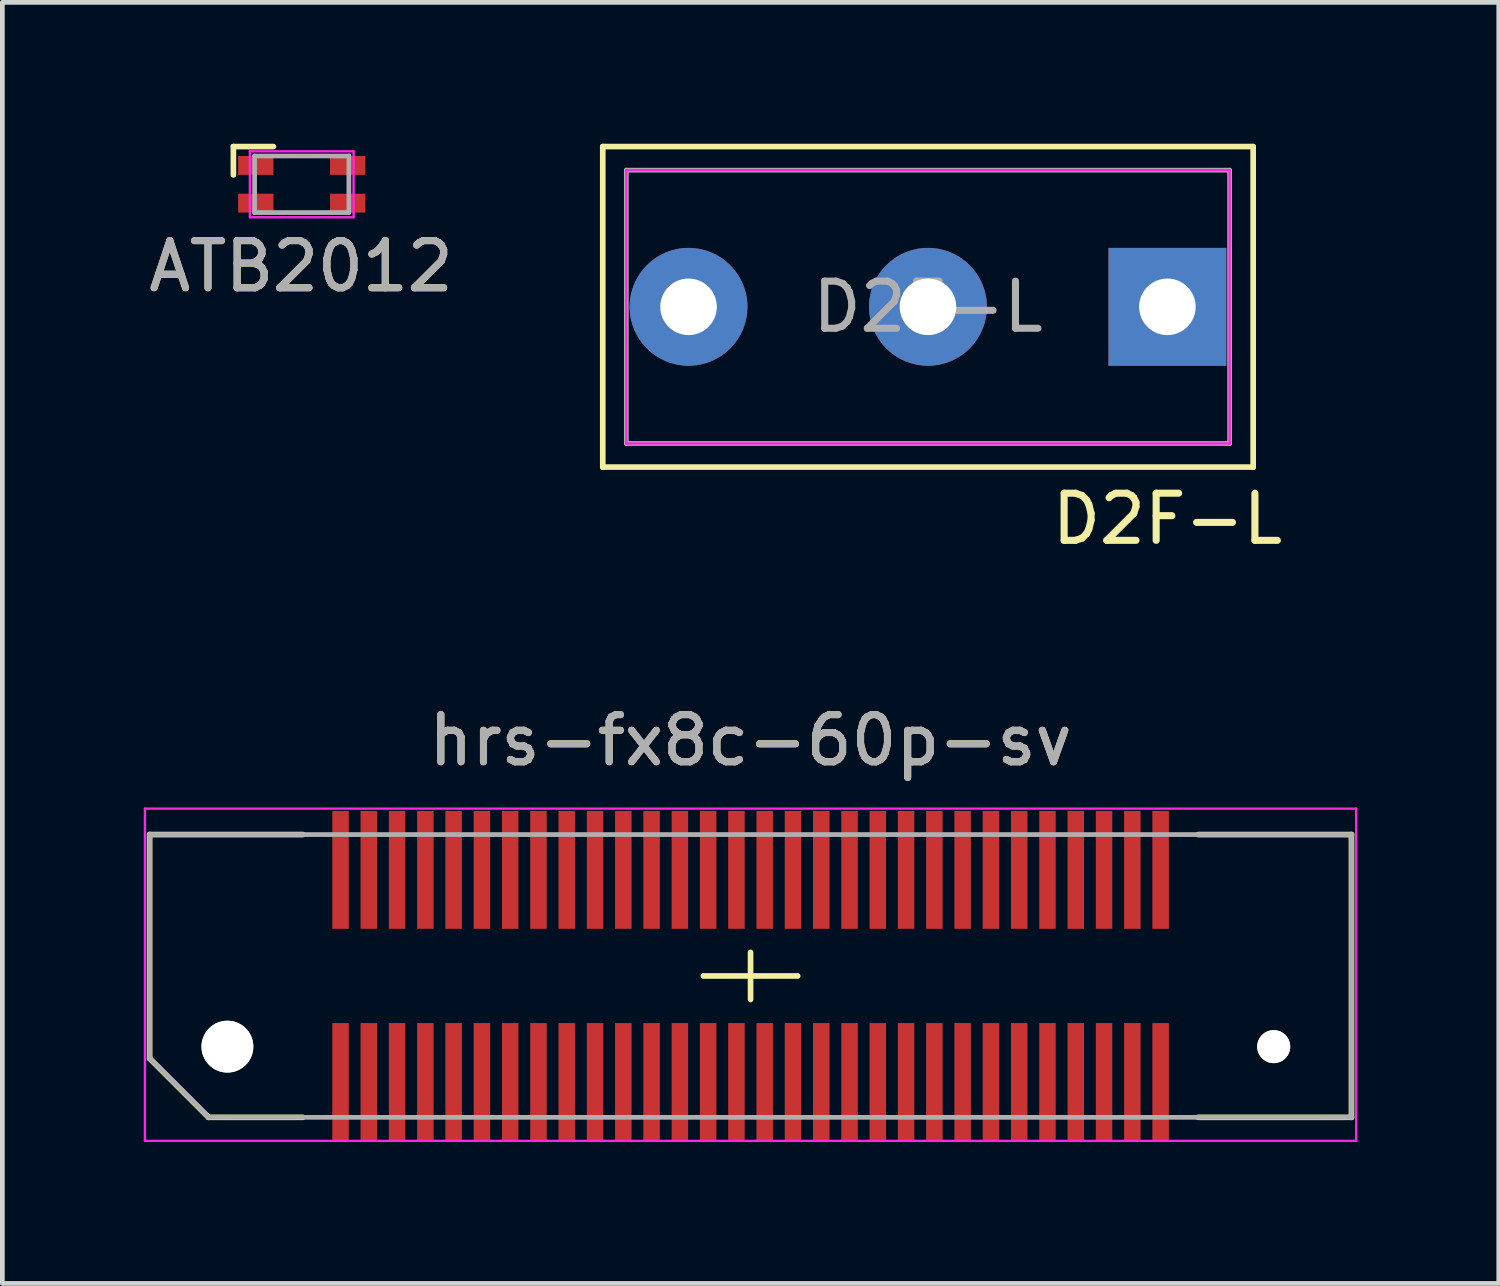
<source format=kicad_pcb>
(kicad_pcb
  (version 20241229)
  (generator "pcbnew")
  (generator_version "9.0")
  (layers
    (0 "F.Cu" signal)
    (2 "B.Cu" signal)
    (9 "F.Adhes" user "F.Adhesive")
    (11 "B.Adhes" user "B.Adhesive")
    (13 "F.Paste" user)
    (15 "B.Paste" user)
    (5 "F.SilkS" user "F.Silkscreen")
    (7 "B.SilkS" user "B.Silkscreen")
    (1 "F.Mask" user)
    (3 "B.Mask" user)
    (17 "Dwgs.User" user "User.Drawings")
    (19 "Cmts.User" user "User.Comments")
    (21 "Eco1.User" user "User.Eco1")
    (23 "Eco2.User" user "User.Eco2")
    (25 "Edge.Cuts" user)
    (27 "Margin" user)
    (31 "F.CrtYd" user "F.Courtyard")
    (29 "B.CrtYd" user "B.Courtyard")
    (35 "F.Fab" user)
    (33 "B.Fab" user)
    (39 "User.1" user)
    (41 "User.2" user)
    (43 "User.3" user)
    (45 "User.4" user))
  (footprint "D2F-L"
    (layer "F.Cu")
    (at 21.719 3.46)
    (property "Reference" "D2F-L" (at 0 4.5 0) (layer "F.SilkS") (effects (font (size 1 1) (thickness 0.15))))
    (attr through_hole)
    (fp_line (start -11.98 -3.4) (end -11.98 3.4) (stroke (width 0.12) (type solid)) (layer "F.SilkS"))
    (fp_line (start -11.98 -3.4) (end 1.82 -3.4) (stroke (width 0.12) (type solid)) (layer "F.SilkS"))
    (fp_line (start -11.98 3.4) (end 1.82 3.4) (stroke (width 0.12) (type solid)) (layer "F.SilkS"))
    (fp_line (start 1.82 3.4) (end 1.82 -3.4) (stroke (width 0.12) (type solid)) (layer "F.SilkS"))
    (fp_line (start -11.48 2.9) (end -11.48 -2.9) (stroke (width 0.05) (type solid)) (layer "F.CrtYd"))
    (fp_line (start 1.32 -2.9) (end -11.48 -2.9) (stroke (width 0.05) (type solid)) (layer "F.CrtYd"))
    (fp_line (start 1.32 -2.9) (end 1.32 2.9) (stroke (width 0.05) (type solid)) (layer "F.CrtYd"))
    (fp_line (start 1.32 2.9) (end -11.48 2.9) (stroke (width 0.05) (type solid)) (layer "F.CrtYd"))
    (fp_line (start -11.48 -2.9) (end -11.48 2.9) (stroke (width 0.1) (type solid)) (layer "F.Fab"))
    (fp_line (start -11.48 2.9) (end 1.32 2.9) (stroke (width 0.1) (type solid)) (layer "F.Fab"))
    (fp_line (start 1.32 -2.9) (end -11.48 -2.9) (stroke (width 0.1) (type solid)) (layer "F.Fab"))
    (fp_line (start 1.32 -2.9) (end 1.32 2.9) (stroke (width 0.1) (type solid)) (layer "F.Fab"))
    (fp_text user "${REFERENCE}" (at -5.08 0 0) (layer "F.Fab") (effects (font (size 1 1) (thickness 0.15))))
    (pad "1" thru_hole rect (at 0 0) (size 2.5 2.5) (drill 1.2) (layers "*.Cu" "*.Mask"))
    (pad "2" thru_hole circle (at -10.16 0) (size 2.5 2.5) (drill 1.2) (layers "*.Cu" "*.Mask"))
    (pad "3" thru_hole circle (at -5.08 0) (size 2.5 2.5) (drill 1.2) (layers "*.Cu" "*.Mask")))
  (footprint "hrs-fx8c-60p-sv"
    (layer "F.Cu")
    (at 12.775 17.657)
    (property "Reference" "hrs-fx8c-60p-sv" (at 0.1 -5 0) (layer "F.SilkS") (effects (font (size 1 1) (thickness 0.15))))
    (attr smd)
    (fp_line (start -12.65 -3) (end -12.65 1.75) (stroke (width 0.12) (type solid)) (layer "F.SilkS"))
    (fp_line (start -11.4 3) (end -12.65 1.75) (stroke (width 0.12) (type solid)) (layer "F.SilkS"))
    (fp_line (start -11.4 3) (end -9.4 3) (stroke (width 0.12) (type solid)) (layer "F.SilkS"))
    (fp_line (start -9.4 -3) (end -12.65 -3) (stroke (width 0.12) (type solid)) (layer "F.SilkS"))
    (fp_line (start 0.1 0) (end -0.9 0) (stroke (width 0.12) (type solid)) (layer "F.SilkS"))
    (fp_line (start 0.1 0) (end 0.1 -0.5) (stroke (width 0.12) (type solid)) (layer "F.SilkS"))
    (fp_line (start 0.1 0) (end 0.1 0.5) (stroke (width 0.12) (type solid)) (layer "F.SilkS"))
    (fp_line (start 0.1 0) (end 1.1 0) (stroke (width 0.12) (type solid)) (layer "F.SilkS"))
    (fp_line (start 9.6 -3) (end 12.85 -3) (stroke (width 0.12) (type solid)) (layer "F.SilkS"))
    (fp_line (start 12.85 -3) (end 12.85 3) (stroke (width 0.12) (type solid)) (layer "F.SilkS"))
    (fp_line (start 12.85 3) (end 9.6 3) (stroke (width 0.12) (type solid)) (layer "F.SilkS"))
    (fp_line (start -12.75 -3.55) (end 12.95 -3.55) (stroke (width 0.05) (type solid)) (layer "F.CrtYd"))
    (fp_line (start -12.75 3.5) (end -12.75 -3.55) (stroke (width 0.05) (type solid)) (layer "F.CrtYd"))
    (fp_line (start 12.95 -3.55) (end 12.95 3.5) (stroke (width 0.05) (type solid)) (layer "F.CrtYd"))
    (fp_line (start 12.95 3.5) (end -12.75 3.5) (stroke (width 0.05) (type solid)) (layer "F.CrtYd"))
    (fp_line (start -12.65 -3) (end -12.65 1.75) (stroke (width 0.1) (type solid)) (layer "F.Fab"))
    (fp_line (start -12.65 1.75) (end -11.4 3) (stroke (width 0.1) (type solid)) (layer "F.Fab"))
    (fp_line (start -11.4 3) (end 12.85 3) (stroke (width 0.1) (type solid)) (layer "F.Fab"))
    (fp_line (start 12.85 -3) (end -12.65 -3) (stroke (width 0.1) (type solid)) (layer "F.Fab"))
    (fp_line (start 12.85 3) (end 12.85 -3) (stroke (width 0.1) (type solid)) (layer "F.Fab"))
    (fp_text user "${REFERENCE}" (at 0.1 -5 0) (layer "F.Fab") (effects (font (size 1 1) (thickness 0.15))))
    (pad "" np_thru_hole circle (at -11 1.5) (size 1.1 1.1) (drill 1.1) (layers "*.Cu" "*.Mask" "F.SilkS"))
    (pad "" np_thru_hole circle (at 11.2 1.5) (size 0.7 0.7) (drill 0.7) (layers "*.Cu" "*.Mask" "F.SilkS"))
    (pad "1" smd rect (at -8.6 2.25) (size 0.35 2.5) (layers "F.Cu" "F.Mask" "F.Paste"))
    (pad "2" smd rect (at -8 2.25) (size 0.35 2.5) (layers "F.Cu" "F.Mask" "F.Paste"))
    (pad "3" smd rect (at -7.4 2.25) (size 0.35 2.5) (layers "F.Cu" "F.Mask" "F.Paste"))
    (pad "4" smd rect (at -6.8 2.25) (size 0.35 2.5) (layers "F.Cu" "F.Mask" "F.Paste"))
    (pad "5" smd rect (at -6.2 2.25) (size 0.35 2.5) (layers "F.Cu" "F.Mask" "F.Paste"))
    (pad "6" smd rect (at -5.6 2.25) (size 0.35 2.5) (layers "F.Cu" "F.Mask" "F.Paste"))
    (pad "7" smd rect (at -5 2.25) (size 0.35 2.5) (layers "F.Cu" "F.Mask" "F.Paste"))
    (pad "8" smd rect (at -4.4 2.25) (size 0.35 2.5) (layers "F.Cu" "F.Mask" "F.Paste"))
    (pad "9" smd rect (at -3.8 2.25) (size 0.35 2.5) (layers "F.Cu" "F.Mask" "F.Paste"))
    (pad "10" smd rect (at -3.2 2.25) (size 0.35 2.5) (layers "F.Cu" "F.Mask" "F.Paste"))
    (pad "11" smd rect (at -2.6 2.25) (size 0.35 2.5) (layers "F.Cu" "F.Mask" "F.Paste"))
    (pad "12" smd rect (at -2 2.25) (size 0.35 2.5) (layers "F.Cu" "F.Mask" "F.Paste"))
    (pad "13" smd rect (at -1.4 2.25) (size 0.35 2.5) (layers "F.Cu" "F.Mask" "F.Paste"))
    (pad "14" smd rect (at -0.8 2.25) (size 0.35 2.5) (layers "F.Cu" "F.Mask" "F.Paste"))
    (pad "15" smd rect (at -0.2 2.25) (size 0.35 2.5) (layers "F.Cu" "F.Mask" "F.Paste"))
    (pad "16" smd rect (at 0.4 2.25) (size 0.35 2.5) (layers "F.Cu" "F.Mask" "F.Paste"))
    (pad "17" smd rect (at 1 2.25) (size 0.35 2.5) (layers "F.Cu" "F.Mask" "F.Paste"))
    (pad "18" smd rect (at 1.6 2.25) (size 0.35 2.5) (layers "F.Cu" "F.Mask" "F.Paste"))
    (pad "19" smd rect (at 2.2 2.25) (size 0.35 2.5) (layers "F.Cu" "F.Mask" "F.Paste"))
    (pad "20" smd rect (at 2.8 2.25) (size 0.35 2.5) (layers "F.Cu" "F.Mask" "F.Paste"))
    (pad "21" smd rect (at 3.4 2.25) (size 0.35 2.5) (layers "F.Cu" "F.Mask" "F.Paste"))
    (pad "22" smd rect (at 4 2.25) (size 0.35 2.5) (layers "F.Cu" "F.Mask" "F.Paste"))
    (pad "23" smd rect (at 4.6 2.25) (size 0.35 2.5) (layers "F.Cu" "F.Mask" "F.Paste"))
    (pad "24" smd rect (at 5.2 2.25) (size 0.35 2.5) (layers "F.Cu" "F.Mask" "F.Paste"))
    (pad "25" smd rect (at 5.8 2.25) (size 0.35 2.5) (layers "F.Cu" "F.Mask" "F.Paste"))
    (pad "26" smd rect (at 6.4 2.25) (size 0.35 2.5) (layers "F.Cu" "F.Mask" "F.Paste"))
    (pad "27" smd rect (at 7 2.25) (size 0.35 2.5) (layers "F.Cu" "F.Mask" "F.Paste"))
    (pad "28" smd rect (at 7.6 2.25) (size 0.35 2.5) (layers "F.Cu" "F.Mask" "F.Paste"))
    (pad "29" smd rect (at 8.2 2.25) (size 0.35 2.5) (layers "F.Cu" "F.Mask" "F.Paste"))
    (pad "30" smd rect (at 8.8 2.25) (size 0.35 2.5) (layers "F.Cu" "F.Mask" "F.Paste"))
    (pad "31" smd rect (at 8.8 -2.25) (size 0.35 2.5) (layers "F.Cu" "F.Mask" "F.Paste"))
    (pad "32" smd rect (at 8.2 -2.25) (size 0.35 2.5) (layers "F.Cu" "F.Mask" "F.Paste"))
    (pad "33" smd rect (at 7.6 -2.25) (size 0.35 2.5) (layers "F.Cu" "F.Mask" "F.Paste"))
    (pad "34" smd rect (at 7 -2.25) (size 0.35 2.5) (layers "F.Cu" "F.Mask" "F.Paste"))
    (pad "35" smd rect (at 6.4 -2.25) (size 0.35 2.5) (layers "F.Cu" "F.Mask" "F.Paste"))
    (pad "36" smd rect (at 5.8 -2.25) (size 0.35 2.5) (layers "F.Cu" "F.Mask" "F.Paste"))
    (pad "37" smd rect (at 5.2 -2.25) (size 0.35 2.5) (layers "F.Cu" "F.Mask" "F.Paste"))
    (pad "38" smd rect (at 4.6 -2.25) (size 0.35 2.5) (layers "F.Cu" "F.Mask" "F.Paste"))
    (pad "39" smd rect (at 4 -2.25) (size 0.35 2.5) (layers "F.Cu" "F.Mask" "F.Paste"))
    (pad "40" smd rect (at 3.4 -2.25) (size 0.35 2.5) (layers "F.Cu" "F.Mask" "F.Paste"))
    (pad "41" smd rect (at 2.8 -2.25) (size 0.35 2.5) (layers "F.Cu" "F.Mask" "F.Paste"))
    (pad "42" smd rect (at 2.2 -2.25) (size 0.35 2.5) (layers "F.Cu" "F.Mask" "F.Paste"))
    (pad "43" smd rect (at 1.6 -2.25) (size 0.35 2.5) (layers "F.Cu" "F.Mask" "F.Paste"))
    (pad "44" smd rect (at 1 -2.25) (size 0.35 2.5) (layers "F.Cu" "F.Mask" "F.Paste"))
    (pad "45" smd rect (at 0.4 -2.25) (size 0.35 2.5) (layers "F.Cu" "F.Mask" "F.Paste"))
    (pad "46" smd rect (at -0.2 -2.25) (size 0.35 2.5) (layers "F.Cu" "F.Mask" "F.Paste"))
    (pad "47" smd rect (at -0.8 -2.25) (size 0.35 2.5) (layers "F.Cu" "F.Mask" "F.Paste"))
    (pad "48" smd rect (at -1.4 -2.25) (size 0.35 2.5) (layers "F.Cu" "F.Mask" "F.Paste"))
    (pad "49" smd rect (at -2 -2.25) (size 0.35 2.5) (layers "F.Cu" "F.Mask" "F.Paste"))
    (pad "50" smd rect (at -2.6 -2.25) (size 0.35 2.5) (layers "F.Cu" "F.Mask" "F.Paste"))
    (pad "51" smd rect (at -3.2 -2.25) (size 0.35 2.5) (layers "F.Cu" "F.Mask" "F.Paste"))
    (pad "52" smd rect (at -3.8 -2.25) (size 0.35 2.5) (layers "F.Cu" "F.Mask" "F.Paste"))
    (pad "53" smd rect (at -4.4 -2.25) (size 0.35 2.5) (layers "F.Cu" "F.Mask" "F.Paste"))
    (pad "54" smd rect (at -5 -2.25) (size 0.35 2.5) (layers "F.Cu" "F.Mask" "F.Paste"))
    (pad "55" smd rect (at -5.6 -2.25) (size 0.35 2.5) (layers "F.Cu" "F.Mask" "F.Paste"))
    (pad "56" smd rect (at -6.2 -2.25) (size 0.35 2.5) (layers "F.Cu" "F.Mask" "F.Paste"))
    (pad "57" smd rect (at -6.8 -2.25) (size 0.35 2.5) (layers "F.Cu" "F.Mask" "F.Paste"))
    (pad "58" smd rect (at -7.4 -2.25) (size 0.35 2.5) (layers "F.Cu" "F.Mask" "F.Paste"))
    (pad "59" smd rect (at -8 -2.25) (size 0.35 2.5) (layers "F.Cu" "F.Mask" "F.Paste"))
    (pad "60" smd rect (at -8.6 -2.25) (size 0.35 2.5) (layers "F.Cu" "F.Mask" "F.Paste")))
  (footprint "ATB2012"
    (layer "F.Cu")
    (at 3.352 0.86)
    (property "Reference" "ATB2012" (at -0.013 1.74 0) (layer "F.SilkS") (effects (font (size 1 1) (thickness 0.15))))
    (attr smd)
    (fp_line (start -1.45 -0.8) (end -0.6 -0.8) (stroke (width 0.12) (type solid)) (layer "F.SilkS"))
    (fp_line (start -1.45 -0.2) (end -1.45 -0.8) (stroke (width 0.12) (type solid)) (layer "F.SilkS"))
    (fp_line (start -1.1 -0.7) (end -1.1 0.7) (stroke (width 0.05) (type solid)) (layer "F.CrtYd"))
    (fp_line (start -1.1 -0.7) (end 1.1 -0.7) (stroke (width 0.05) (type solid)) (layer "F.CrtYd"))
    (fp_line (start -1.1 0.7) (end 1.1 0.7) (stroke (width 0.05) (type solid)) (layer "F.CrtYd"))
    (fp_line (start 1.1 -0.7) (end 1.1 0.7) (stroke (width 0.05) (type solid)) (layer "F.CrtYd"))
    (fp_line (start -1 -0.6) (end -1 0.6) (stroke (width 0.1) (type solid)) (layer "F.Fab"))
    (fp_line (start -1 0.6) (end 1 0.6) (stroke (width 0.1) (type solid)) (layer "F.Fab"))
    (fp_line (start 1 -0.6) (end -1 -0.6) (stroke (width 0.1) (type solid)) (layer "F.Fab"))
    (fp_line (start 1 0.6) (end 1 -0.6) (stroke (width 0.1) (type solid)) (layer "F.Fab"))
    (fp_text user "${REFERENCE}" (at -0.013 1.74 0) (layer "F.Fab") (effects (font (size 1 1) (thickness 0.15))))
    (pad "1" smd rect (at -0.975 -0.4) (size 0.75 0.4) (layers "F.Cu" "F.Mask" "F.Paste"))
    (pad "2" smd rect (at -0.975 0.4) (size 0.75 0.4) (layers "F.Cu" "F.Mask" "F.Paste"))
    (pad "3" smd rect (at 0.975 0.4) (size 0.75 0.4) (layers "F.Cu" "F.Mask" "F.Paste"))
    (pad "4" smd rect (at 0.975 -0.4 180) (size 0.75 0.4) (layers "F.Cu" "F.Mask" "F.Paste")))
  (gr_rect
    (start -3 -3)
    (end 28.75 24.181)
    (stroke (width 0.1) (type default))
    (fill no)
    (layer "Edge.Cuts")))
</source>
